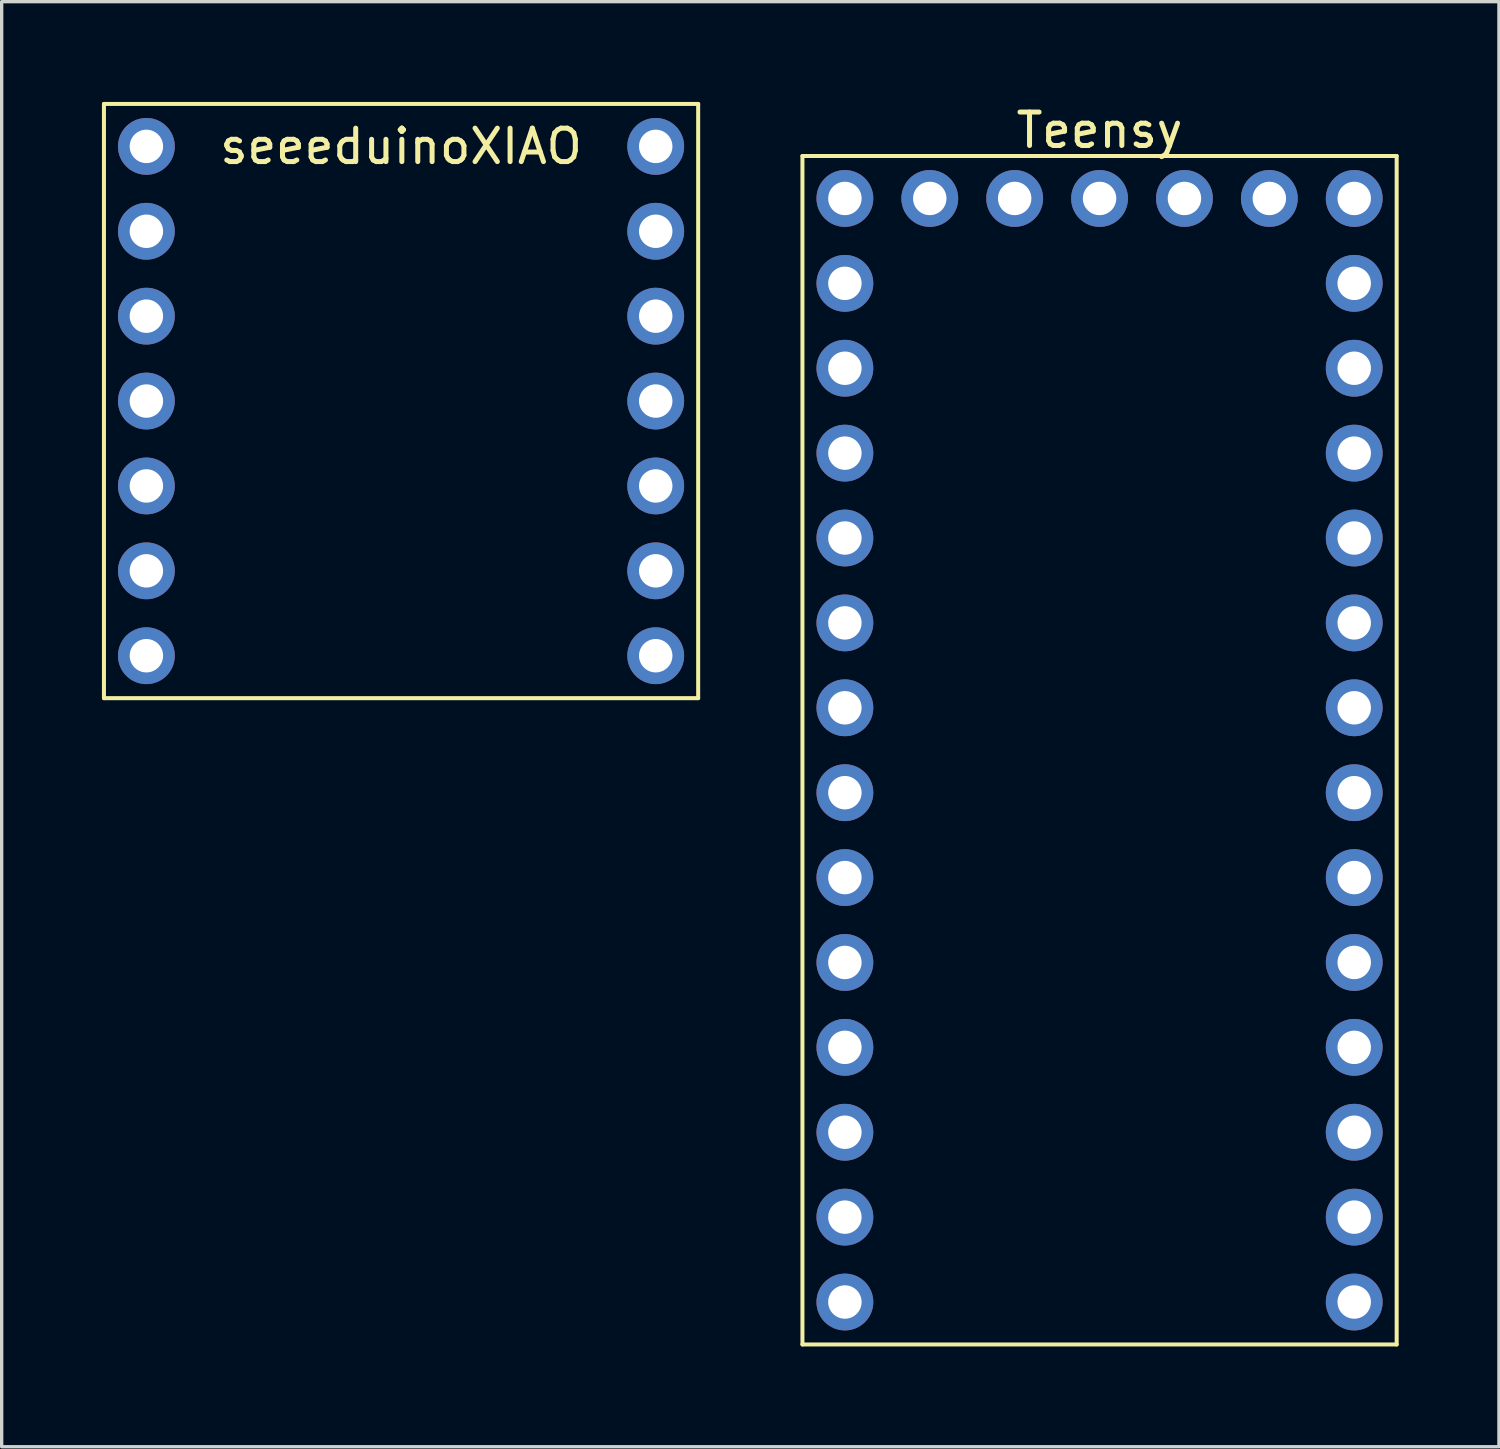
<source format=kicad_pcb>
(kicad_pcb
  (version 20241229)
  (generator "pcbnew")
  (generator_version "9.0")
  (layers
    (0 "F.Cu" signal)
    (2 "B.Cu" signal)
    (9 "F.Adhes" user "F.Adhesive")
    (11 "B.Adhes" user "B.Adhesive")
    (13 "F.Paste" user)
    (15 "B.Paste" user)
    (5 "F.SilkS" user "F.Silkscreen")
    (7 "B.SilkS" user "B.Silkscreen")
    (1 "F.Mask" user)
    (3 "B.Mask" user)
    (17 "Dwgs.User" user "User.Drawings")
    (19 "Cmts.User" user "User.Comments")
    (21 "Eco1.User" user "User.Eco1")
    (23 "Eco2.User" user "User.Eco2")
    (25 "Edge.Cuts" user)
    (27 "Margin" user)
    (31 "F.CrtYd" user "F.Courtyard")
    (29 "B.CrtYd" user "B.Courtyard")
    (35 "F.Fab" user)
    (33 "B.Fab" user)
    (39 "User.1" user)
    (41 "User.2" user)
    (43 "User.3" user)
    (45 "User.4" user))
  (footprint "Teensy"
    (layer "F.Cu")
    (at 29.85 16.858)
    (property "Reference" "Teensy" (at 0 -16.01 0) (layer "F.SilkS") (effects (font (size 1 1) (thickness 0.15))))
    (attr through_hole)
    (fp_line (start -8.89 -15.24) (end -8.89 20.32) (stroke (width 0.12) (type solid)) (layer "F.SilkS"))
    (fp_line (start -8.89 20.32) (end 8.89 20.32) (stroke (width 0.12) (type solid)) (layer "F.SilkS"))
    (fp_line (start 8.89 -15.24) (end -8.89 -15.24) (stroke (width 0.12) (type solid)) (layer "F.SilkS"))
    (fp_line (start 8.89 20.32) (end 8.89 -15.24) (stroke (width 0.12) (type solid)) (layer "F.SilkS"))
    (pad "1" thru_hole circle (at 7.62 19.05) (size 1.7 1.7) (drill 1) (layers "*.Cu" "*.Mask"))
    (pad "2" thru_hole circle (at 7.62 16.51) (size 1.7 1.7) (drill 1) (layers "*.Cu" "*.Mask"))
    (pad "3" thru_hole circle (at 7.62 13.97) (size 1.7 1.7) (drill 1) (layers "*.Cu" "*.Mask"))
    (pad "4" thru_hole circle (at 7.62 11.43) (size 1.7 1.7) (drill 1) (layers "*.Cu" "*.Mask"))
    (pad "5" thru_hole circle (at 7.62 8.89) (size 1.7 1.7) (drill 1) (layers "*.Cu" "*.Mask"))
    (pad "6" thru_hole circle (at 7.62 6.35) (size 1.7 1.7) (drill 1) (layers "*.Cu" "*.Mask"))
    (pad "7" thru_hole circle (at 7.62 3.81) (size 1.7 1.7) (drill 1) (layers "*.Cu" "*.Mask"))
    (pad "8" thru_hole circle (at 7.62 1.27) (size 1.7 1.7) (drill 1) (layers "*.Cu" "*.Mask"))
    (pad "9" thru_hole circle (at 7.62 -1.27) (size 1.7 1.7) (drill 1) (layers "*.Cu" "*.Mask"))
    (pad "10" thru_hole circle (at 7.62 -3.81) (size 1.7 1.7) (drill 1) (layers "*.Cu" "*.Mask"))
    (pad "11" thru_hole circle (at 7.62 -6.35) (size 1.7 1.7) (drill 1) (layers "*.Cu" "*.Mask"))
    (pad "12" thru_hole circle (at 7.62 -8.89) (size 1.7 1.7) (drill 1) (layers "*.Cu" "*.Mask"))
    (pad "13" thru_hole circle (at 7.62 -11.43) (size 1.7 1.7) (drill 1) (layers "*.Cu" "*.Mask"))
    (pad "14" thru_hole circle (at 7.62 -13.97) (size 1.7 1.7) (drill 1) (layers "*.Cu" "*.Mask"))
    (pad "15" thru_hole circle (at 5.08 -13.97) (size 1.7 1.7) (drill 1) (layers "*.Cu" "*.Mask"))
    (pad "16" thru_hole circle (at 2.54 -13.97) (size 1.7 1.7) (drill 1) (layers "*.Cu" "*.Mask"))
    (pad "17" thru_hole circle (at 0 -13.97) (size 1.7 1.7) (drill 1) (layers "*.Cu" "*.Mask"))
    (pad "18" thru_hole circle (at -2.54 -13.97) (size 1.7 1.7) (drill 1) (layers "*.Cu" "*.Mask"))
    (pad "19" thru_hole circle (at -5.08 -13.97) (size 1.7 1.7) (drill 1) (layers "*.Cu" "*.Mask"))
    (pad "20" thru_hole circle (at -7.62 -13.97) (size 1.7 1.7) (drill 1) (layers "*.Cu" "*.Mask"))
    (pad "21" thru_hole circle (at -7.62 -11.43) (size 1.7 1.7) (drill 1) (layers "*.Cu" "*.Mask"))
    (pad "22" thru_hole circle (at -7.62 -8.89) (size 1.7 1.7) (drill 1) (layers "*.Cu" "*.Mask"))
    (pad "23" thru_hole circle (at -7.62 -6.35) (size 1.7 1.7) (drill 1) (layers "*.Cu" "*.Mask"))
    (pad "24" thru_hole circle (at -7.62 -3.81) (size 1.7 1.7) (drill 1) (layers "*.Cu" "*.Mask"))
    (pad "25" thru_hole circle (at -7.62 -1.27) (size 1.7 1.7) (drill 1) (layers "*.Cu" "*.Mask"))
    (pad "26" thru_hole circle (at -7.62 1.27) (size 1.7 1.7) (drill 1) (layers "*.Cu" "*.Mask"))
    (pad "27" thru_hole circle (at -7.62 3.81) (size 1.7 1.7) (drill 1) (layers "*.Cu" "*.Mask"))
    (pad "28" thru_hole circle (at -7.62 6.35) (size 1.7 1.7) (drill 1) (layers "*.Cu" "*.Mask"))
    (pad "29" thru_hole circle (at -7.62 8.89) (size 1.7 1.7) (drill 1) (layers "*.Cu" "*.Mask"))
    (pad "30" thru_hole circle (at -7.62 11.43) (size 1.7 1.7) (drill 1) (layers "*.Cu" "*.Mask"))
    (pad "31" thru_hole circle (at -7.62 13.97) (size 1.7 1.7) (drill 1) (layers "*.Cu" "*.Mask"))
    (pad "32" thru_hole circle (at -7.62 16.51) (size 1.7 1.7) (drill 1) (layers "*.Cu" "*.Mask"))
    (pad "33" thru_hole circle (at -7.62 19.05) (size 1.7 1.7) (drill 1) (layers "*.Cu" "*.Mask")))
  (footprint "seeeduinoXIAO"
    (layer "F.Cu")
    (at 8.95 8.95)
    (property "Reference" "seeeduinoXIAO" (at 0 -7.62 0) (layer "F.SilkS") (effects (font (size 1 1) (thickness 0.15))))
    (attr through_hole)
    (fp_line (start -8.89 -8.89) (end 8.89 -8.89) (stroke (width 0.12) (type solid)) (layer "F.SilkS"))
    (fp_line (start -8.89 8.89) (end -8.89 -8.89) (stroke (width 0.12) (type solid)) (layer "F.SilkS"))
    (fp_line (start 8.89 -8.89) (end 8.89 8.89) (stroke (width 0.12) (type solid)) (layer "F.SilkS"))
    (fp_line (start 8.89 8.89) (end -8.89 8.89) (stroke (width 0.12) (type solid)) (layer "F.SilkS"))
    (pad "1" thru_hole circle (at 7.62 7.62) (size 1.7 1.7) (drill 1) (layers "*.Cu" "*.Mask"))
    (pad "2" thru_hole circle (at 7.62 5.08) (size 1.7 1.7) (drill 1) (layers "*.Cu" "*.Mask"))
    (pad "3" thru_hole circle (at 7.62 2.54) (size 1.7 1.7) (drill 1) (layers "*.Cu" "*.Mask"))
    (pad "4" thru_hole circle (at 7.62 0) (size 1.7 1.7) (drill 1) (layers "*.Cu" "*.Mask"))
    (pad "5" thru_hole circle (at 7.62 -2.54) (size 1.7 1.7) (drill 1) (layers "*.Cu" "*.Mask"))
    (pad "6" thru_hole circle (at 7.62 -5.08) (size 1.7 1.7) (drill 1) (layers "*.Cu" "*.Mask"))
    (pad "7" thru_hole circle (at 7.62 -7.62) (size 1.7 1.7) (drill 1) (layers "*.Cu" "*.Mask"))
    (pad "8" thru_hole circle (at -7.62 -7.62) (size 1.7 1.7) (drill 1) (layers "*.Cu" "*.Mask"))
    (pad "9" thru_hole circle (at -7.62 -5.08) (size 1.7 1.7) (drill 1) (layers "*.Cu" "*.Mask"))
    (pad "10" thru_hole circle (at -7.62 -2.54) (size 1.7 1.7) (drill 1) (layers "*.Cu" "*.Mask"))
    (pad "11" thru_hole circle (at -7.62 0) (size 1.7 1.7) (drill 1) (layers "*.Cu" "*.Mask"))
    (pad "12" thru_hole circle (at -7.62 2.54) (size 1.7 1.7) (drill 1) (layers "*.Cu" "*.Mask"))
    (pad "13" thru_hole circle (at -7.62 5.08) (size 1.7 1.7) (drill 1) (layers "*.Cu" "*.Mask"))
    (pad "14" thru_hole circle (at -7.62 7.62) (size 1.7 1.7) (drill 1) (layers "*.Cu" "*.Mask")))
  (gr_rect
    (start -3 -3)
    (end 41.8 40.238)
    (stroke (width 0.1) (type default))
    (fill no)
    (layer "Edge.Cuts")))
</source>
